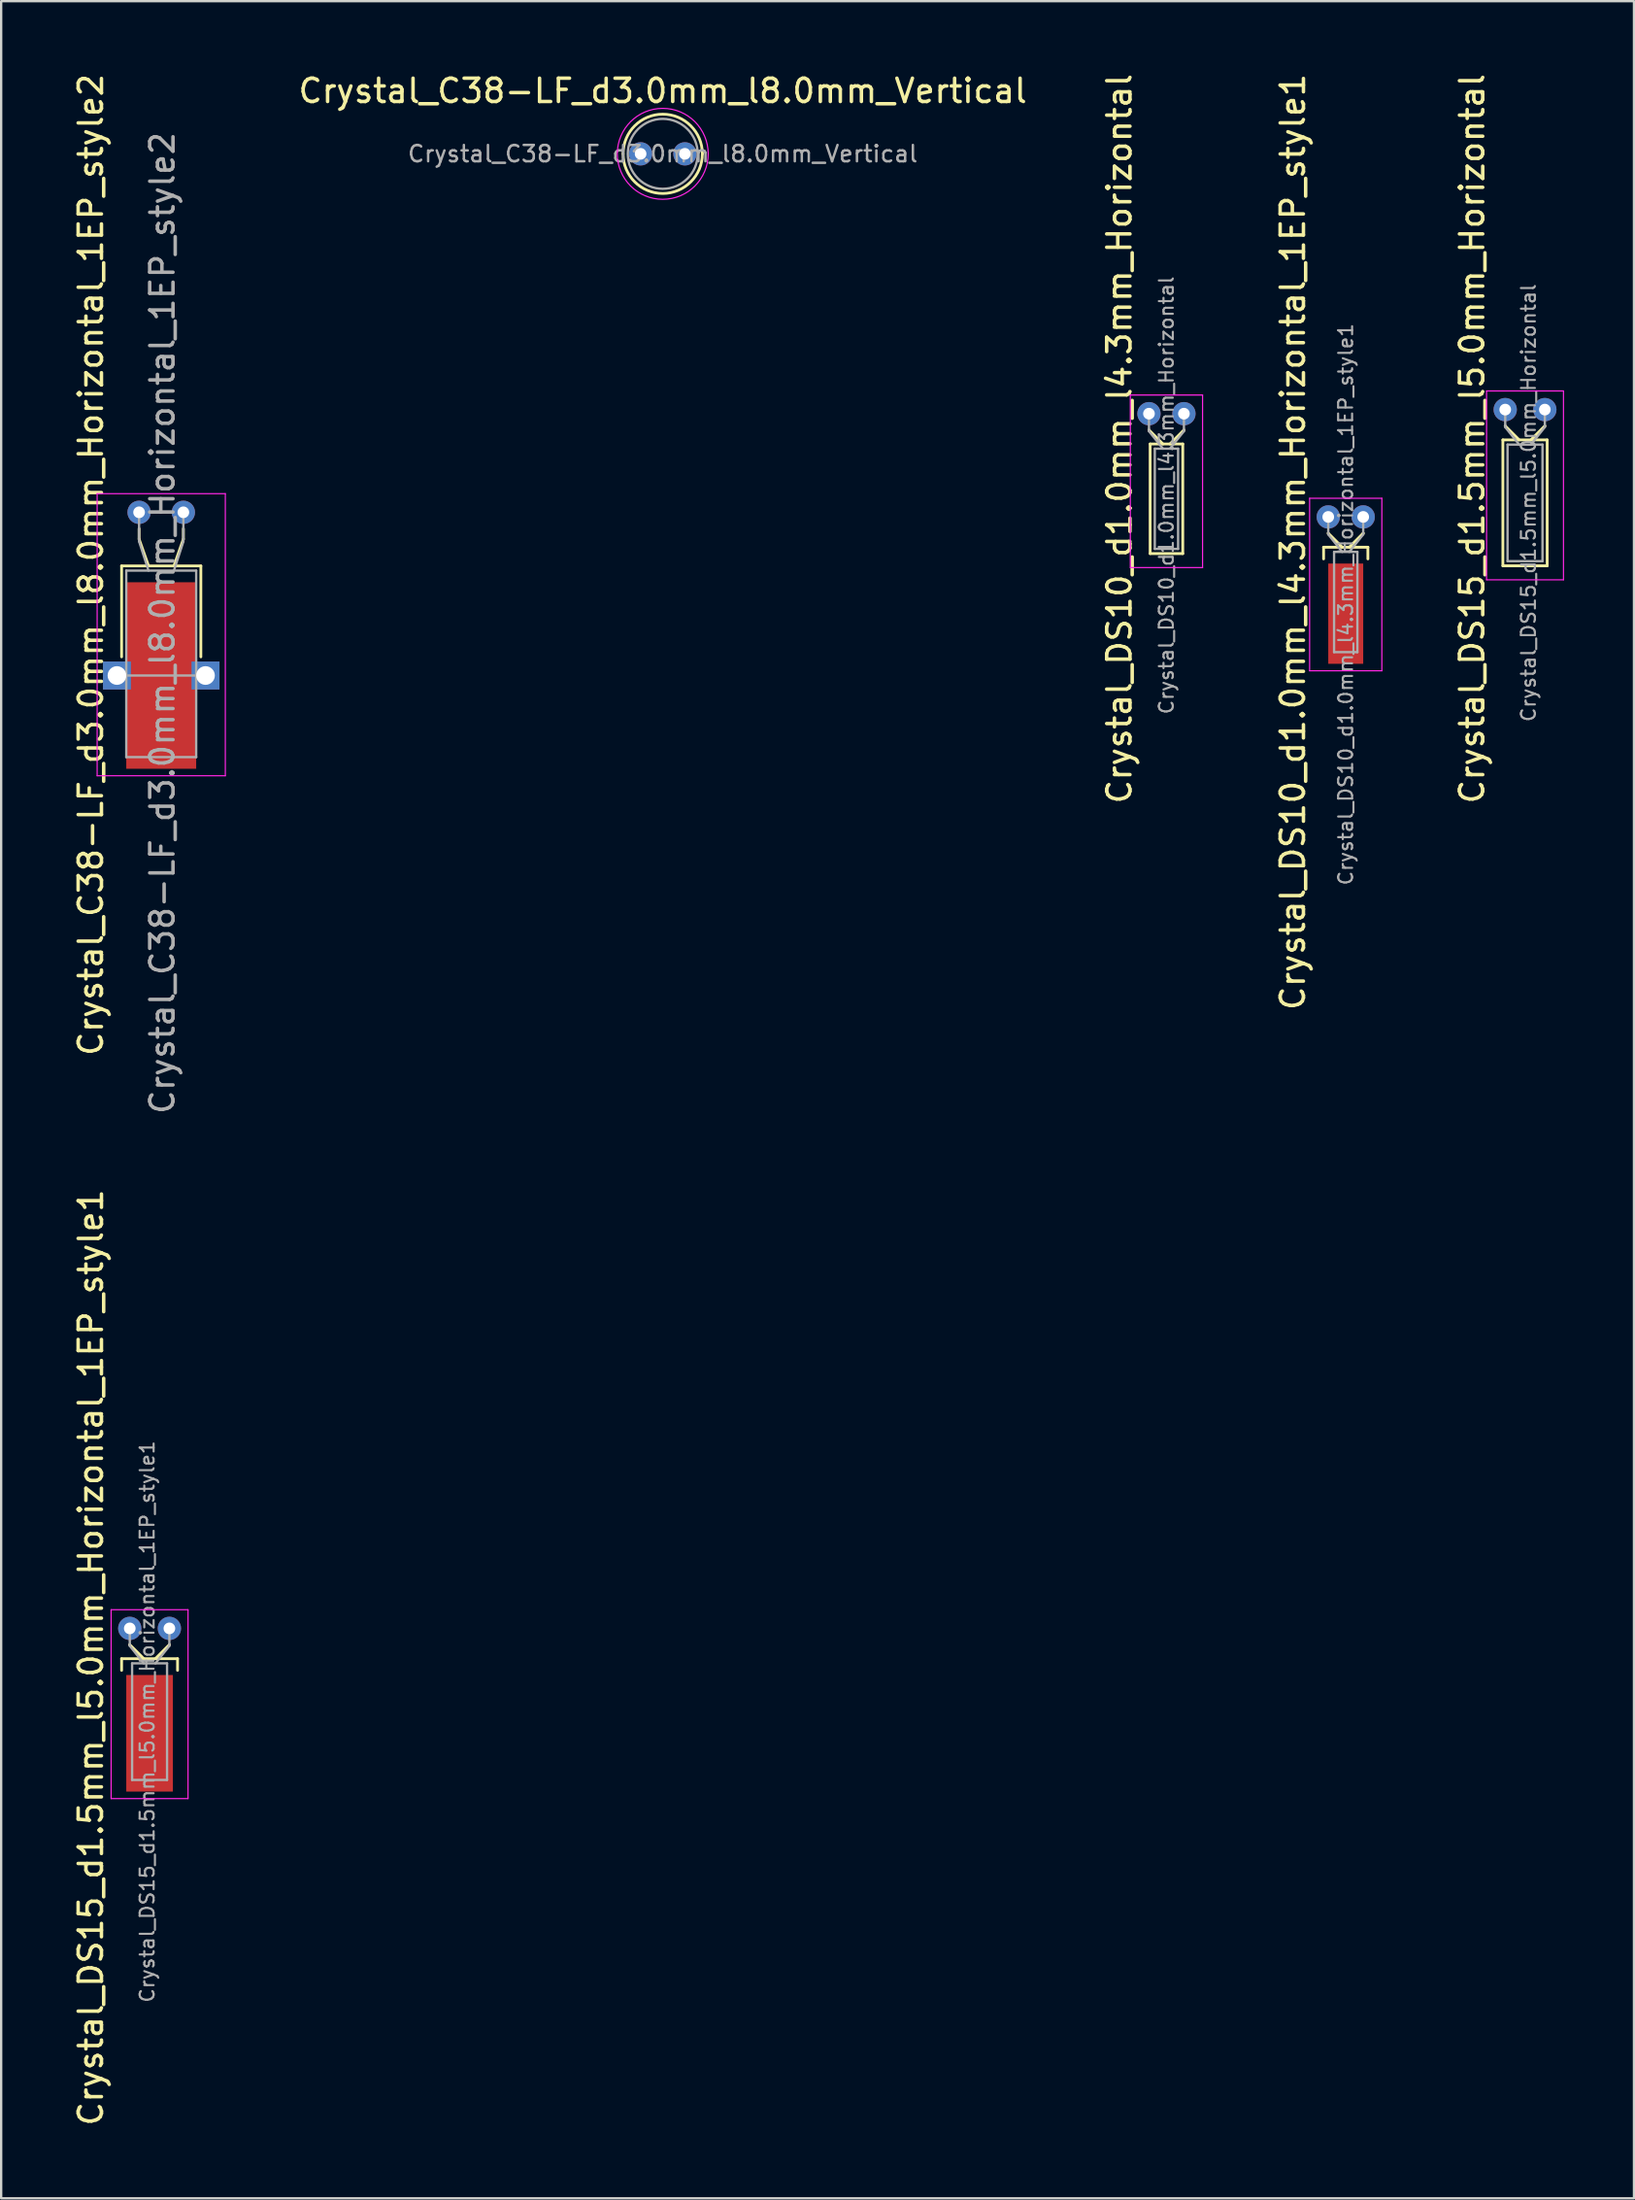
<source format=kicad_pcb>
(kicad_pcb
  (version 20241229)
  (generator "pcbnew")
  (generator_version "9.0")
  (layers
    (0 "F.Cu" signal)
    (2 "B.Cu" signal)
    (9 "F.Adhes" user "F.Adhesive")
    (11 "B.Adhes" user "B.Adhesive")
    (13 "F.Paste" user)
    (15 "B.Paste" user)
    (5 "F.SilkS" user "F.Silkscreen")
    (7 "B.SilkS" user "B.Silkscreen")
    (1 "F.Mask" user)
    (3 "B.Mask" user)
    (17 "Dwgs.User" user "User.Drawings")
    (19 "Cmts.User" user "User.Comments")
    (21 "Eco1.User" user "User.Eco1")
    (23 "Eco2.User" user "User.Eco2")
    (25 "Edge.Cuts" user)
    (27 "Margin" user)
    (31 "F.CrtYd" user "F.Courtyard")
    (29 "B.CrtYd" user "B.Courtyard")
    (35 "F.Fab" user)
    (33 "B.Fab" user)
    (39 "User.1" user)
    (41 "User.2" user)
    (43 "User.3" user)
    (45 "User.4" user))
  (footprint "Crystal_C38-LF_d3.0mm_l8.0mm_Vertical"
    (layer "F.Cu")
    (at 24.437 3.548)
    (property "Reference" "Crystal_C38-LF_d3.0mm_l8.0mm_Vertical" (at 0.95 -2.7 0) (layer "F.SilkS") (effects (font (size 1 1) (thickness 0.15))))
    (attr through_hole)
    (fp_arc (start -0.75 0) (mid 0.95 -1.7) (end 2.65 0) (stroke (width 0.12) (type solid)) (layer "F.SilkS"))
    (fp_arc (start 2.65 0) (mid 0.95 1.7) (end -0.75 0) (stroke (width 0.12) (type solid)) (layer "F.SilkS"))
    (fp_circle (center 0.95 0) (end 2.9 0) (stroke (width 0.05) (type solid)) (fill no) (layer "F.CrtYd"))
    (fp_circle (center 0.95 0) (end 2.45 0) (stroke (width 0.1) (type solid)) (fill no) (layer "F.Fab"))
    (fp_text user "${REFERENCE}" (at 0.95 0 0) (layer "F.Fab") (effects (font (size 0.7 0.7) (thickness 0.105))))
    (pad "1" thru_hole circle (at 0 0) (size 1 1) (drill 0.5) (layers "*.Cu" "*.Mask"))
    (pad "2" thru_hole circle (at 1.9 0) (size 1 1) (drill 0.5) (layers "*.Cu" "*.Mask")))
  (footprint "Crystal_DS10_d1.0mm_l4.3mm_Horizontal_1EP_style1"
    (layer "F.Cu")
    (at 53.943 19.121)
    (property "Reference" "Crystal_DS10_d1.0mm_l4.3mm_Horizontal_1EP_style1" (at -1.52 1.075 90) (layer "F.SilkS") (effects (font (size 1 1) (thickness 0.15))))
    (attr through_hole)
    (fp_line (start -0.2 1.3) (end 1.7 1.3) (stroke (width 0.12) (type solid)) (layer "F.SilkS"))
    (fp_line (start -0.2 1.8) (end -0.2 1.3) (stroke (width 0.12) (type solid)) (layer "F.SilkS"))
    (fp_line (start 0 0.7) (end 0 0.7) (stroke (width 0.12) (type solid)) (layer "F.SilkS"))
    (fp_line (start 0.6 1.3) (end 0 0.7) (stroke (width 0.12) (type solid)) (layer "F.SilkS"))
    (fp_line (start 0.9 1.3) (end 1.5 0.7) (stroke (width 0.12) (type solid)) (layer "F.SilkS"))
    (fp_line (start 1.5 0.7) (end 1.5 0.7) (stroke (width 0.12) (type solid)) (layer "F.SilkS"))
    (fp_line (start 1.7 1.3) (end 1.7 1.8) (stroke (width 0.12) (type solid)) (layer "F.SilkS"))
    (fp_line (start -0.8 -0.8) (end -0.8 6.6) (stroke (width 0.05) (type solid)) (layer "F.CrtYd"))
    (fp_line (start -0.8 6.6) (end 2.3 6.6) (stroke (width 0.05) (type solid)) (layer "F.CrtYd"))
    (fp_line (start 2.3 -0.8) (end -0.8 -0.8) (stroke (width 0.05) (type solid)) (layer "F.CrtYd"))
    (fp_line (start 2.3 6.6) (end 2.3 -0.8) (stroke (width 0.05) (type solid)) (layer "F.CrtYd"))
    (fp_line (start 0 0.75) (end 0 0) (stroke (width 0.1) (type solid)) (layer "F.Fab"))
    (fp_line (start 0.25 1.5) (end 0.25 5.8) (stroke (width 0.1) (type solid)) (layer "F.Fab"))
    (fp_line (start 0.25 5.8) (end 1.25 5.8) (stroke (width 0.1) (type solid)) (layer "F.Fab"))
    (fp_line (start 0.6 1.5) (end 0 0.75) (stroke (width 0.1) (type solid)) (layer "F.Fab"))
    (fp_line (start 0.9 1.5) (end 1.5 0.75) (stroke (width 0.1) (type solid)) (layer "F.Fab"))
    (fp_line (start 1.25 1.5) (end 0.25 1.5) (stroke (width 0.1) (type solid)) (layer "F.Fab"))
    (fp_line (start 1.25 5.8) (end 1.25 1.5) (stroke (width 0.1) (type solid)) (layer "F.Fab"))
    (fp_line (start 1.5 0.75) (end 1.5 0) (stroke (width 0.1) (type solid)) (layer "F.Fab"))
    (fp_text user "${REFERENCE}" (at 0.75 3.75 90) (layer "F.Fab") (effects (font (size 0.6 0.6) (thickness 0.09))))
    (pad "1" thru_hole circle (at 0 0) (size 1 1) (drill 0.5) (layers "*.Cu" "*.Mask"))
    (pad "2" thru_hole circle (at 1.5 0) (size 1 1) (drill 0.5) (layers "*.Cu" "*.Mask"))
    (pad "3" smd rect (at 0.75 4.15) (size 1.5 4.3) (layers "F.Cu" "F.Mask" "F.Paste")))
  (footprint "Crystal_DS15_d1.5mm_l5.0mm_Horizontal"
    (layer "F.Cu")
    (at 61.536 14.518)
    (property "Reference" "Crystal_DS15_d1.5mm_l5.0mm_Horizontal" (at -1.42 1.25 90) (layer "F.SilkS") (effects (font (size 1 1) (thickness 0.15))))
    (attr through_hole)
    (fp_line (start -0.1 1.3) (end -0.1 6.7) (stroke (width 0.12) (type solid)) (layer "F.SilkS"))
    (fp_line (start -0.1 6.7) (end 1.8 6.7) (stroke (width 0.12) (type solid)) (layer "F.SilkS"))
    (fp_line (start 0 0.7) (end 0 0.7) (stroke (width 0.12) (type solid)) (layer "F.SilkS"))
    (fp_line (start 0.6 1.3) (end 0 0.7) (stroke (width 0.12) (type solid)) (layer "F.SilkS"))
    (fp_line (start 1.1 1.3) (end 1.7 0.7) (stroke (width 0.12) (type solid)) (layer "F.SilkS"))
    (fp_line (start 1.7 0.7) (end 1.7 0.7) (stroke (width 0.12) (type solid)) (layer "F.SilkS"))
    (fp_line (start 1.8 1.3) (end -0.1 1.3) (stroke (width 0.12) (type solid)) (layer "F.SilkS"))
    (fp_line (start 1.8 6.7) (end 1.8 1.3) (stroke (width 0.12) (type solid)) (layer "F.SilkS"))
    (fp_line (start -0.8 -0.8) (end -0.8 7.3) (stroke (width 0.05) (type solid)) (layer "F.CrtYd"))
    (fp_line (start -0.8 7.3) (end 2.5 7.3) (stroke (width 0.05) (type solid)) (layer "F.CrtYd"))
    (fp_line (start 2.5 -0.8) (end -0.8 -0.8) (stroke (width 0.05) (type solid)) (layer "F.CrtYd"))
    (fp_line (start 2.5 7.3) (end 2.5 -0.8) (stroke (width 0.05) (type solid)) (layer "F.CrtYd"))
    (fp_line (start 0 0.75) (end 0 0) (stroke (width 0.1) (type solid)) (layer "F.Fab"))
    (fp_line (start 0.1 1.5) (end 0.1 6.5) (stroke (width 0.1) (type solid)) (layer "F.Fab"))
    (fp_line (start 0.1 6.5) (end 1.6 6.5) (stroke (width 0.1) (type solid)) (layer "F.Fab"))
    (fp_line (start 0.6 1.5) (end 0 0.75) (stroke (width 0.1) (type solid)) (layer "F.Fab"))
    (fp_line (start 1.1 1.5) (end 1.7 0.75) (stroke (width 0.1) (type solid)) (layer "F.Fab"))
    (fp_line (start 1.6 1.5) (end 0.1 1.5) (stroke (width 0.1) (type solid)) (layer "F.Fab"))
    (fp_line (start 1.6 6.5) (end 1.6 1.5) (stroke (width 0.1) (type solid)) (layer "F.Fab"))
    (fp_line (start 1.7 0.75) (end 1.7 0) (stroke (width 0.1) (type solid)) (layer "F.Fab"))
    (fp_text user "${REFERENCE}" (at 1 4 90) (layer "F.Fab") (effects (font (size 0.6 0.6) (thickness 0.09))))
    (pad "1" thru_hole circle (at 0 0) (size 1 1) (drill 0.5) (layers "*.Cu" "*.Mask"))
    (pad "2" thru_hole circle (at 1.7 0) (size 1 1) (drill 0.5) (layers "*.Cu" "*.Mask")))
  (footprint "Crystal_DS10_d1.0mm_l4.3mm_Horizontal"
    (layer "F.Cu")
    (at 46.25 14.693)
    (property "Reference" "Crystal_DS10_d1.0mm_l4.3mm_Horizontal" (at -1.27 1.075 90) (layer "F.SilkS") (effects (font (size 1 1) (thickness 0.15))))
    (attr through_hole)
    (fp_line (start 0 0.7) (end 0 0.7) (stroke (width 0.12) (type solid)) (layer "F.SilkS"))
    (fp_line (start 0.05 1.3) (end 0.05 6) (stroke (width 0.12) (type solid)) (layer "F.SilkS"))
    (fp_line (start 0.05 6) (end 1.45 6) (stroke (width 0.12) (type solid)) (layer "F.SilkS"))
    (fp_line (start 0.6 1.3) (end 0 0.7) (stroke (width 0.12) (type solid)) (layer "F.SilkS"))
    (fp_line (start 0.9 1.3) (end 1.5 0.7) (stroke (width 0.12) (type solid)) (layer "F.SilkS"))
    (fp_line (start 1.45 1.3) (end 0.05 1.3) (stroke (width 0.12) (type solid)) (layer "F.SilkS"))
    (fp_line (start 1.45 6) (end 1.45 1.3) (stroke (width 0.12) (type solid)) (layer "F.SilkS"))
    (fp_line (start 1.5 0.7) (end 1.5 0.7) (stroke (width 0.12) (type solid)) (layer "F.SilkS"))
    (fp_line (start -0.8 -0.8) (end -0.8 6.6) (stroke (width 0.05) (type solid)) (layer "F.CrtYd"))
    (fp_line (start -0.8 6.6) (end 2.3 6.6) (stroke (width 0.05) (type solid)) (layer "F.CrtYd"))
    (fp_line (start 2.3 -0.8) (end -0.8 -0.8) (stroke (width 0.05) (type solid)) (layer "F.CrtYd"))
    (fp_line (start 2.3 6.6) (end 2.3 -0.8) (stroke (width 0.05) (type solid)) (layer "F.CrtYd"))
    (fp_line (start 0 0.75) (end 0 0) (stroke (width 0.1) (type solid)) (layer "F.Fab"))
    (fp_line (start 0.25 1.5) (end 0.25 5.8) (stroke (width 0.1) (type solid)) (layer "F.Fab"))
    (fp_line (start 0.25 5.8) (end 1.25 5.8) (stroke (width 0.1) (type solid)) (layer "F.Fab"))
    (fp_line (start 0.6 1.5) (end 0 0.75) (stroke (width 0.1) (type solid)) (layer "F.Fab"))
    (fp_line (start 0.9 1.5) (end 1.5 0.75) (stroke (width 0.1) (type solid)) (layer "F.Fab"))
    (fp_line (start 1.25 1.5) (end 0.25 1.5) (stroke (width 0.1) (type solid)) (layer "F.Fab"))
    (fp_line (start 1.25 5.8) (end 1.25 1.5) (stroke (width 0.1) (type solid)) (layer "F.Fab"))
    (fp_line (start 1.5 0.75) (end 1.5 0) (stroke (width 0.1) (type solid)) (layer "F.Fab"))
    (fp_text user "${REFERENCE}" (at 0.75 3.5 90) (layer "F.Fab") (effects (font (size 0.6 0.6) (thickness 0.09))))
    (pad "1" thru_hole circle (at 0 0) (size 1 1) (drill 0.5) (layers "*.Cu" "*.Mask"))
    (pad "2" thru_hole circle (at 1.5 0) (size 1 1) (drill 0.5) (layers "*.Cu" "*.Mask")))
  (footprint "Crystal_C38-LF_d3.0mm_l8.0mm_Horizontal_1EP_style2"
    (layer "F.Cu")
    (at 2.918 18.923)
    (property "Reference" "Crystal_C38-LF_d3.0mm_l8.0mm_Horizontal_1EP_style2" (at -2.07 2.25 90) (layer "F.SilkS") (effects (font (size 1 1) (thickness 0.15))))
    (attr through_hole)
    (fp_line (start -0.75 2.3) (end 2.65 2.3) (stroke (width 0.12) (type solid)) (layer "F.SilkS"))
    (fp_line (start -0.75 6.2) (end -0.75 2.3) (stroke (width 0.12) (type solid)) (layer "F.SilkS"))
    (fp_line (start 0 1.15) (end 0 0.7) (stroke (width 0.12) (type solid)) (layer "F.SilkS"))
    (fp_line (start 0.405 2.3) (end 0 1.15) (stroke (width 0.12) (type solid)) (layer "F.SilkS"))
    (fp_line (start 1.495 2.3) (end 1.9 1.15) (stroke (width 0.12) (type solid)) (layer "F.SilkS"))
    (fp_line (start 1.9 1.15) (end 1.9 0.7) (stroke (width 0.12) (type solid)) (layer "F.SilkS"))
    (fp_line (start 2.65 2.3) (end 2.65 6.2) (stroke (width 0.12) (type solid)) (layer "F.SilkS"))
    (fp_line (start -1.8 -0.8) (end -1.8 11.3) (stroke (width 0.05) (type solid)) (layer "F.CrtYd"))
    (fp_line (start -1.8 11.3) (end 3.7 11.3) (stroke (width 0.05) (type solid)) (layer "F.CrtYd"))
    (fp_line (start 3.7 -0.8) (end -1.8 -0.8) (stroke (width 0.05) (type solid)) (layer "F.CrtYd"))
    (fp_line (start 3.7 11.3) (end 3.7 -0.8) (stroke (width 0.05) (type solid)) (layer "F.CrtYd"))
    (fp_line (start -0.95 7) (end 2.85 7) (stroke (width 0.1) (type solid)) (layer "F.Fab"))
    (fp_line (start -0.55 2.5) (end -0.55 10.5) (stroke (width 0.1) (type solid)) (layer "F.Fab"))
    (fp_line (start -0.55 10.5) (end 2.45 10.5) (stroke (width 0.1) (type solid)) (layer "F.Fab"))
    (fp_line (start 0 1.25) (end 0 0) (stroke (width 0.1) (type solid)) (layer "F.Fab"))
    (fp_line (start 0.405 2.5) (end 0 1.25) (stroke (width 0.1) (type solid)) (layer "F.Fab"))
    (fp_line (start 1.495 2.5) (end 1.9 1.25) (stroke (width 0.1) (type solid)) (layer "F.Fab"))
    (fp_line (start 1.9 1.25) (end 1.9 0) (stroke (width 0.1) (type solid)) (layer "F.Fab"))
    (fp_line (start 2.45 2.5) (end -0.55 2.5) (stroke (width 0.1) (type solid)) (layer "F.Fab"))
    (fp_line (start 2.45 10.5) (end 2.45 2.5) (stroke (width 0.1) (type solid)) (layer "F.Fab"))
    (fp_text user "${REFERENCE}" (at 1 4.75 90) (layer "F.Fab") (effects (font (size 1 1) (thickness 0.15))))
    (pad "1" thru_hole circle (at 0 0) (size 1 1) (drill 0.5) (layers "*.Cu" "*.Mask"))
    (pad "2" thru_hole circle (at 1.9 0) (size 1 1) (drill 0.5) (layers "*.Cu" "*.Mask"))
    (pad "3" thru_hole rect (at -0.95 7) (size 1.2 1.2) (drill 0.8) (layers "*.Cu" "*.Mask"))
    (pad "3" smd rect (at 0.95 7) (size 3 8) (layers "F.Cu" "F.Mask" "F.Paste"))
    (pad "3" thru_hole rect (at 2.85 7) (size 1.2 1.2) (drill 0.8) (layers "*.Cu" "*.Mask")))
  (footprint "Crystal_DS15_d1.5mm_l5.0mm_Horizontal_1EP_style1"
    (layer "F.Cu")
    (at 2.518 66.792)
    (property "Reference" "Crystal_DS15_d1.5mm_l5.0mm_Horizontal_1EP_style1" (at -1.67 1.25 90) (layer "F.SilkS") (effects (font (size 1 1) (thickness 0.15))))
    (attr through_hole)
    (fp_line (start -0.35 1.3) (end 2.05 1.3) (stroke (width 0.12) (type solid)) (layer "F.SilkS"))
    (fp_line (start -0.35 1.8) (end -0.35 1.3) (stroke (width 0.12) (type solid)) (layer "F.SilkS"))
    (fp_line (start 0 0.7) (end 0 0.7) (stroke (width 0.12) (type solid)) (layer "F.SilkS"))
    (fp_line (start 0.6 1.3) (end 0 0.7) (stroke (width 0.12) (type solid)) (layer "F.SilkS"))
    (fp_line (start 1.1 1.3) (end 1.7 0.7) (stroke (width 0.12) (type solid)) (layer "F.SilkS"))
    (fp_line (start 1.7 0.7) (end 1.7 0.7) (stroke (width 0.12) (type solid)) (layer "F.SilkS"))
    (fp_line (start 2.05 1.3) (end 2.05 1.8) (stroke (width 0.12) (type solid)) (layer "F.SilkS"))
    (fp_line (start -0.8 -0.8) (end -0.8 7.3) (stroke (width 0.05) (type solid)) (layer "F.CrtYd"))
    (fp_line (start -0.8 7.3) (end 2.5 7.3) (stroke (width 0.05) (type solid)) (layer "F.CrtYd"))
    (fp_line (start 2.5 -0.8) (end -0.8 -0.8) (stroke (width 0.05) (type solid)) (layer "F.CrtYd"))
    (fp_line (start 2.5 7.3) (end 2.5 -0.8) (stroke (width 0.05) (type solid)) (layer "F.CrtYd"))
    (fp_line (start 0 0.75) (end 0 0) (stroke (width 0.1) (type solid)) (layer "F.Fab"))
    (fp_line (start 0.1 1.5) (end 0.1 6.5) (stroke (width 0.1) (type solid)) (layer "F.Fab"))
    (fp_line (start 0.1 6.5) (end 1.6 6.5) (stroke (width 0.1) (type solid)) (layer "F.Fab"))
    (fp_line (start 0.6 1.5) (end 0 0.75) (stroke (width 0.1) (type solid)) (layer "F.Fab"))
    (fp_line (start 1.1 1.5) (end 1.7 0.75) (stroke (width 0.1) (type solid)) (layer "F.Fab"))
    (fp_line (start 1.6 1.5) (end 0.1 1.5) (stroke (width 0.1) (type solid)) (layer "F.Fab"))
    (fp_line (start 1.6 6.5) (end 1.6 1.5) (stroke (width 0.1) (type solid)) (layer "F.Fab"))
    (fp_line (start 1.7 0.75) (end 1.7 0) (stroke (width 0.1) (type solid)) (layer "F.Fab"))
    (fp_text user "${REFERENCE}" (at 0.75 4 90) (layer "F.Fab") (effects (font (size 0.6 0.6) (thickness 0.09))))
    (pad "1" thru_hole circle (at 0 0) (size 1 1) (drill 0.5) (layers "*.Cu" "*.Mask"))
    (pad "2" thru_hole circle (at 1.7 0) (size 1 1) (drill 0.5) (layers "*.Cu" "*.Mask"))
    (pad "3" smd rect (at 0.85 4.5) (size 2 5) (layers "F.Cu" "F.Mask" "F.Paste")))
  (gr_rect
    (start -3 -3)
    (end 67.061 91.238)
    (stroke (width 0.1) (type default))
    (fill no)
    (layer "Edge.Cuts")))
</source>
